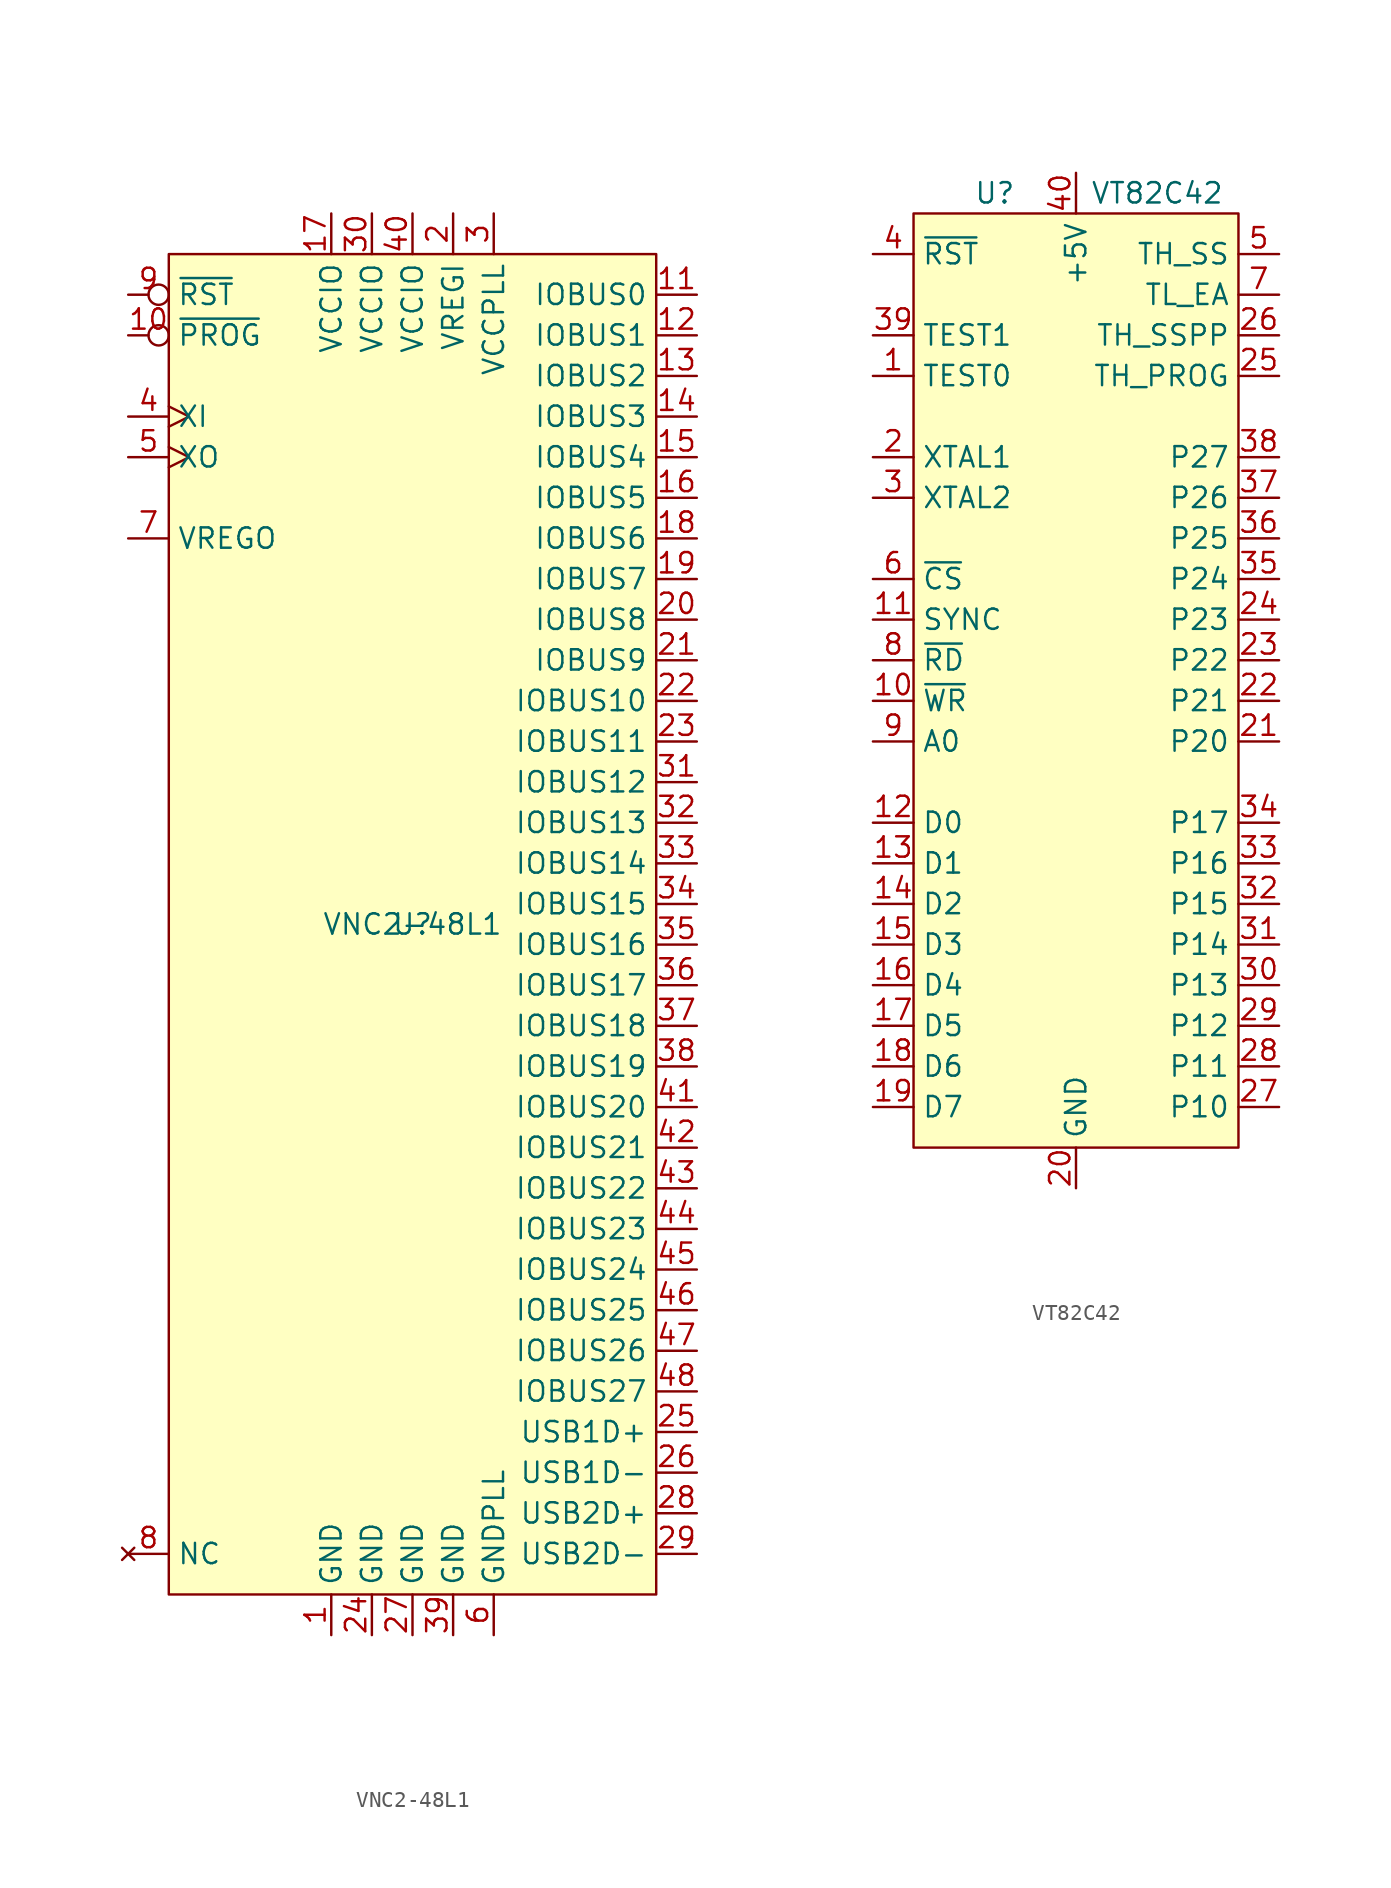
<source format=kicad_sym>
(kicad_symbol_lib
  (version 20220914)
  (generator kicad_symbol_editor)
  (symbol "VNC2-48L1"
    (property "Reference" "U"
      (at 0 0 0)
      (effects (font (size 1.27 1.27))))
    (property "Value" "VNC2-48L1"
      (at 0 0 0)
      (effects (font (size 1.27 1.27))))
    (symbol "VNC2-48L1_0_0"
      (pin power_in line (at -5.08 -44.45 90) (length 2.54) (name "GND" (effects (font (size 1.27 1.27)))) (number "1" (effects (font (size 1.27 1.27)))))
      (pin input inverted (at -17.78 36.83 0) (length 2.54) (name "~{PROG}" (effects (font (size 1.27 1.27)))) (number "10" (effects (font (size 1.27 1.27)))))
      (pin bidirectional line (at 17.78 39.37 180) (length 2.54) (name "IOBUS0" (effects (font (size 1.27 1.27)))) (number "11" (effects (font (size 1.27 1.27)))))
      (pin bidirectional line (at 17.78 36.83 180) (length 2.54) (name "IOBUS1" (effects (font (size 1.27 1.27)))) (number "12" (effects (font (size 1.27 1.27)))))
      (pin bidirectional line (at 17.78 34.29 180) (length 2.54) (name "IOBUS2" (effects (font (size 1.27 1.27)))) (number "13" (effects (font (size 1.27 1.27)))))
      (pin bidirectional line (at 17.78 31.75 180) (length 2.54) (name "IOBUS3" (effects (font (size 1.27 1.27)))) (number "14" (effects (font (size 1.27 1.27)))))
      (pin bidirectional line (at 17.78 29.21 180) (length 2.54) (name "IOBUS4" (effects (font (size 1.27 1.27)))) (number "15" (effects (font (size 1.27 1.27)))))
      (pin bidirectional line (at 17.78 26.67 180) (length 2.54) (name "IOBUS5" (effects (font (size 1.27 1.27)))) (number "16" (effects (font (size 1.27 1.27)))))
      (pin power_in line (at -5.08 44.45 270) (length 2.54) (name "VCCIO" (effects (font (size 1.27 1.27)))) (number "17" (effects (font (size 1.27 1.27)))))
      (pin bidirectional line (at 17.78 24.13 180) (length 2.54) (name "IOBUS6" (effects (font (size 1.27 1.27)))) (number "18" (effects (font (size 1.27 1.27)))))
      (pin bidirectional line (at 17.78 21.59 180) (length 2.54) (name "IOBUS7" (effects (font (size 1.27 1.27)))) (number "19" (effects (font (size 1.27 1.27)))))
      (pin power_in line (at 2.54 44.45 270) (length 2.54) (name "VREGI" (effects (font (size 1.27 1.27)))) (number "2" (effects (font (size 1.27 1.27)))))
      (pin bidirectional line (at 17.78 19.05 180) (length 2.54) (name "IOBUS8" (effects (font (size 1.27 1.27)))) (number "20" (effects (font (size 1.27 1.27)))))
      (pin bidirectional line (at 17.78 16.51 180) (length 2.54) (name "IOBUS9" (effects (font (size 1.27 1.27)))) (number "21" (effects (font (size 1.27 1.27)))))
      (pin bidirectional line (at 17.78 13.97 180) (length 2.54) (name "IOBUS10" (effects (font (size 1.27 1.27)))) (number "22" (effects (font (size 1.27 1.27)))))
      (pin bidirectional line (at 17.78 11.43 180) (length 2.54) (name "IOBUS11" (effects (font (size 1.27 1.27)))) (number "23" (effects (font (size 1.27 1.27)))))
      (pin power_in line (at -2.54 -44.45 90) (length 2.54) (name "GND" (effects (font (size 1.27 1.27)))) (number "24" (effects (font (size 1.27 1.27)))))
      (pin bidirectional line (at 17.78 -31.75 180) (length 2.54) (name "USB1D+" (effects (font (size 1.27 1.27)))) (number "25" (effects (font (size 1.27 1.27)))))
      (pin bidirectional line (at 17.78 -34.29 180) (length 2.54) (name "USB1D-" (effects (font (size 1.27 1.27)))) (number "26" (effects (font (size 1.27 1.27)))))
      (pin power_in line (at 0 -44.45 90) (length 2.54) (name "GND" (effects (font (size 1.27 1.27)))) (number "27" (effects (font (size 1.27 1.27)))))
      (pin bidirectional line (at 17.78 -36.83 180) (length 2.54) (name "USB2D+" (effects (font (size 1.27 1.27)))) (number "28" (effects (font (size 1.27 1.27)))))
      (pin bidirectional line (at 17.78 -39.37 180) (length 2.54) (name "USB2D-" (effects (font (size 1.27 1.27)))) (number "29" (effects (font (size 1.27 1.27)))))
      (pin power_in line (at 5.08 44.45 270) (length 2.54) (name "VCCPLL" (effects (font (size 1.27 1.27)))) (number "3" (effects (font (size 1.27 1.27)))))
      (pin power_in line (at -2.54 44.45 270) (length 2.54) (name "VCCIO" (effects (font (size 1.27 1.27)))) (number "30" (effects (font (size 1.27 1.27)))))
      (pin bidirectional line (at 17.78 8.89 180) (length 2.54) (name "IOBUS12" (effects (font (size 1.27 1.27)))) (number "31" (effects (font (size 1.27 1.27)))))
      (pin bidirectional line (at 17.78 6.35 180) (length 2.54) (name "IOBUS13" (effects (font (size 1.27 1.27)))) (number "32" (effects (font (size 1.27 1.27)))))
      (pin bidirectional line (at 17.78 3.81 180) (length 2.54) (name "IOBUS14" (effects (font (size 1.27 1.27)))) (number "33" (effects (font (size 1.27 1.27)))))
      (pin bidirectional line (at 17.78 1.27 180) (length 2.54) (name "IOBUS15" (effects (font (size 1.27 1.27)))) (number "34" (effects (font (size 1.27 1.27)))))
      (pin bidirectional line (at 17.78 -1.27 180) (length 2.54) (name "IOBUS16" (effects (font (size 1.27 1.27)))) (number "35" (effects (font (size 1.27 1.27)))))
      (pin bidirectional line (at 17.78 -3.81 180) (length 2.54) (name "IOBUS17" (effects (font (size 1.27 1.27)))) (number "36" (effects (font (size 1.27 1.27)))))
      (pin bidirectional line (at 17.78 -6.35 180) (length 2.54) (name "IOBUS18" (effects (font (size 1.27 1.27)))) (number "37" (effects (font (size 1.27 1.27)))))
      (pin bidirectional line (at 17.78 -8.89 180) (length 2.54) (name "IOBUS19" (effects (font (size 1.27 1.27)))) (number "38" (effects (font (size 1.27 1.27)))))
      (pin power_in line (at 2.54 -44.45 90) (length 2.54) (name "GND" (effects (font (size 1.27 1.27)))) (number "39" (effects (font (size 1.27 1.27)))))
      (pin input clock (at -17.78 31.75 0) (length 2.54) (name "XI" (effects (font (size 1.27 1.27)))) (number "4" (effects (font (size 1.27 1.27)))))
      (pin power_in line (at 0 44.45 270) (length 2.54) (name "VCCIO" (effects (font (size 1.27 1.27)))) (number "40" (effects (font (size 1.27 1.27)))))
      (pin bidirectional line (at 17.78 -11.43 180) (length 2.54) (name "IOBUS20" (effects (font (size 1.27 1.27)))) (number "41" (effects (font (size 1.27 1.27)))))
      (pin bidirectional line (at 17.78 -13.97 180) (length 2.54) (name "IOBUS21" (effects (font (size 1.27 1.27)))) (number "42" (effects (font (size 1.27 1.27)))))
      (pin bidirectional line (at 17.78 -16.51 180) (length 2.54) (name "IOBUS22" (effects (font (size 1.27 1.27)))) (number "43" (effects (font (size 1.27 1.27)))))
      (pin bidirectional line (at 17.78 -19.05 180) (length 2.54) (name "IOBUS23" (effects (font (size 1.27 1.27)))) (number "44" (effects (font (size 1.27 1.27)))))
      (pin bidirectional line (at 17.78 -21.59 180) (length 2.54) (name "IOBUS24" (effects (font (size 1.27 1.27)))) (number "45" (effects (font (size 1.27 1.27)))))
      (pin bidirectional line (at 17.78 -24.13 180) (length 2.54) (name "IOBUS25" (effects (font (size 1.27 1.27)))) (number "46" (effects (font (size 1.27 1.27)))))
      (pin bidirectional line (at 17.78 -26.67 180) (length 2.54) (name "IOBUS26" (effects (font (size 1.27 1.27)))) (number "47" (effects (font (size 1.27 1.27)))))
      (pin bidirectional line (at 17.78 -29.21 180) (length 2.54) (name "IOBUS27" (effects (font (size 1.27 1.27)))) (number "48" (effects (font (size 1.27 1.27)))))
      (pin output clock (at -17.78 29.21 0) (length 2.54) (name "XO" (effects (font (size 1.27 1.27)))) (number "5" (effects (font (size 1.27 1.27)))))
      (pin power_in line (at 5.08 -44.45 90) (length 2.54) (name "GNDPLL" (effects (font (size 1.27 1.27)))) (number "6" (effects (font (size 1.27 1.27)))))
      (pin power_out line (at -17.78 24.13 0) (length 2.54) (name "VREGO" (effects (font (size 1.27 1.27)))) (number "7" (effects (font (size 1.27 1.27)))))
      (pin no_connect line (at -17.78 -39.37 0) (length 2.54) (name "NC" (effects (font (size 1.27 1.27)))) (number "8" (effects (font (size 1.27 1.27)))))
      (pin input inverted (at -17.78 39.37 0) (length 2.54) (name "~{RST}" (effects (font (size 1.27 1.27)))) (number "9" (effects (font (size 1.27 1.27))))))
    (symbol "VNC2-48L1_1_1"
      (rectangle (start -15.24 41.91) (end 15.24 -41.91) (stroke (width 0) (type default)) (fill (type background)))))
  (symbol "VT82C42"
    (property "Reference" "U"
      (at -5.08 29.21 0)
      (effects (font (size 1.27 1.27))))
    (property "Value" "VT82C42"
      (at 5.08 29.21 0)
      (effects (font (size 1.27 1.27))))
    (symbol "VT82C42_1_1"
      (rectangle (start -10.16 27.94) (end 10.16 -30.48) (stroke (width 0) (type default)) (fill (type background)))
      (pin input line (at -12.7 17.78 0) (length 2.54) (name "TEST0" (effects (font (size 1.27 1.27)))) (number "1" (effects (font (size 1.27 1.27)))))
      (pin input line (at -12.7 -2.54 0) (length 2.54) (name "~{WR}" (effects (font (size 1.27 1.27)))) (number "10" (effects (font (size 1.27 1.27)))))
      (pin output line (at -12.7 2.54 0) (length 2.54) (name "SYNC" (effects (font (size 1.27 1.27)))) (number "11" (effects (font (size 1.27 1.27)))))
      (pin bidirectional line (at -12.7 -10.16 0) (length 2.54) (name "D0" (effects (font (size 1.27 1.27)))) (number "12" (effects (font (size 1.27 1.27)))))
      (pin bidirectional line (at -12.7 -12.7 0) (length 2.54) (name "D1" (effects (font (size 1.27 1.27)))) (number "13" (effects (font (size 1.27 1.27)))))
      (pin bidirectional line (at -12.7 -15.24 0) (length 2.54) (name "D2" (effects (font (size 1.27 1.27)))) (number "14" (effects (font (size 1.27 1.27)))))
      (pin bidirectional line (at -12.7 -17.78 0) (length 2.54) (name "D3" (effects (font (size 1.27 1.27)))) (number "15" (effects (font (size 1.27 1.27)))))
      (pin bidirectional line (at -12.7 -20.32 0) (length 2.54) (name "D4" (effects (font (size 1.27 1.27)))) (number "16" (effects (font (size 1.27 1.27)))))
      (pin bidirectional line (at -12.7 -22.86 0) (length 2.54) (name "D5" (effects (font (size 1.27 1.27)))) (number "17" (effects (font (size 1.27 1.27)))))
      (pin bidirectional line (at -12.7 -25.4 0) (length 2.54) (name "D6" (effects (font (size 1.27 1.27)))) (number "18" (effects (font (size 1.27 1.27)))))
      (pin bidirectional line (at -12.7 -27.94 0) (length 2.54) (name "D7" (effects (font (size 1.27 1.27)))) (number "19" (effects (font (size 1.27 1.27)))))
      (pin input line (at -12.7 12.7 0) (length 2.54) (name "XTAL1" (effects (font (size 1.27 1.27)))) (number "2" (effects (font (size 1.27 1.27)))))
      (pin power_in line (at 0 -33.02 90) (length 2.54) (name "GND" (effects (font (size 1.27 1.27)))) (number "20" (effects (font (size 1.27 1.27)))))
      (pin output line (at 12.7 -5.08 180) (length 2.54) (name "P20" (effects (font (size 1.27 1.27)))) (number "21" (effects (font (size 1.27 1.27)))))
      (pin output line (at 12.7 -2.54 180) (length 2.54) (name "P21" (effects (font (size 1.27 1.27)))) (number "22" (effects (font (size 1.27 1.27)))))
      (pin output line (at 12.7 0 180) (length 2.54) (name "P22" (effects (font (size 1.27 1.27)))) (number "23" (effects (font (size 1.27 1.27)))))
      (pin output line (at 12.7 2.54 180) (length 2.54) (name "P23" (effects (font (size 1.27 1.27)))) (number "24" (effects (font (size 1.27 1.27)))))
      (pin input line (at 12.7 17.78 180) (length 2.54) (name "TH_PROG" (effects (font (size 1.27 1.27)))) (number "25" (effects (font (size 1.27 1.27)))))
      (pin input line (at 12.7 20.32 180) (length 2.54) (name "TH_SSPP" (effects (font (size 1.27 1.27)))) (number "26" (effects (font (size 1.27 1.27)))))
      (pin bidirectional line (at 12.7 -27.94 180) (length 2.54) (name "P10" (effects (font (size 1.27 1.27)))) (number "27" (effects (font (size 1.27 1.27)))))
      (pin bidirectional line (at 12.7 -25.4 180) (length 2.54) (name "P11" (effects (font (size 1.27 1.27)))) (number "28" (effects (font (size 1.27 1.27)))))
      (pin bidirectional line (at 12.7 -22.86 180) (length 2.54) (name "P12" (effects (font (size 1.27 1.27)))) (number "29" (effects (font (size 1.27 1.27)))))
      (pin input line (at -12.7 10.16 0) (length 2.54) (name "XTAL2" (effects (font (size 1.27 1.27)))) (number "3" (effects (font (size 1.27 1.27)))))
      (pin bidirectional line (at 12.7 -20.32 180) (length 2.54) (name "P13" (effects (font (size 1.27 1.27)))) (number "30" (effects (font (size 1.27 1.27)))))
      (pin bidirectional line (at 12.7 -17.78 180) (length 2.54) (name "P14" (effects (font (size 1.27 1.27)))) (number "31" (effects (font (size 1.27 1.27)))))
      (pin bidirectional line (at 12.7 -15.24 180) (length 2.54) (name "P15" (effects (font (size 1.27 1.27)))) (number "32" (effects (font (size 1.27 1.27)))))
      (pin input line (at 12.7 -12.7 180) (length 2.54) (name "P16" (effects (font (size 1.27 1.27)))) (number "33" (effects (font (size 1.27 1.27)))))
      (pin input line (at 12.7 -10.16 180) (length 2.54) (name "P17" (effects (font (size 1.27 1.27)))) (number "34" (effects (font (size 1.27 1.27)))))
      (pin output line (at 12.7 5.08 180) (length 2.54) (name "P24" (effects (font (size 1.27 1.27)))) (number "35" (effects (font (size 1.27 1.27)))))
      (pin output line (at 12.7 7.62 180) (length 2.54) (name "P25" (effects (font (size 1.27 1.27)))) (number "36" (effects (font (size 1.27 1.27)))))
      (pin output line (at 12.7 10.16 180) (length 2.54) (name "P26" (effects (font (size 1.27 1.27)))) (number "37" (effects (font (size 1.27 1.27)))))
      (pin output line (at 12.7 12.7 180) (length 2.54) (name "P27" (effects (font (size 1.27 1.27)))) (number "38" (effects (font (size 1.27 1.27)))))
      (pin input line (at -12.7 20.32 0) (length 2.54) (name "TEST1" (effects (font (size 1.27 1.27)))) (number "39" (effects (font (size 1.27 1.27)))))
      (pin input line (at -12.7 25.4 0) (length 2.54) (name "~{RST}" (effects (font (size 1.27 1.27)))) (number "4" (effects (font (size 1.27 1.27)))))
      (pin power_in line (at 0 30.48 270) (length 2.54) (name "+5V" (effects (font (size 1.27 1.27)))) (number "40" (effects (font (size 1.27 1.27)))))
      (pin input line (at 12.7 25.4 180) (length 2.54) (name "TH_SS" (effects (font (size 1.27 1.27)))) (number "5" (effects (font (size 1.27 1.27)))))
      (pin input line (at -12.7 5.08 0) (length 2.54) (name "~{CS}" (effects (font (size 1.27 1.27)))) (number "6" (effects (font (size 1.27 1.27)))))
      (pin input line (at 12.7 22.86 180) (length 2.54) (name "TL_EA" (effects (font (size 1.27 1.27)))) (number "7" (effects (font (size 1.27 1.27)))))
      (pin input line (at -12.7 0 0) (length 2.54) (name "~{RD}" (effects (font (size 1.27 1.27)))) (number "8" (effects (font (size 1.27 1.27)))))
      (pin input line (at -12.7 -5.08 0) (length 2.54) (name "A0" (effects (font (size 1.27 1.27)))) (number "9" (effects (font (size 1.27 1.27))))))))
</source>
